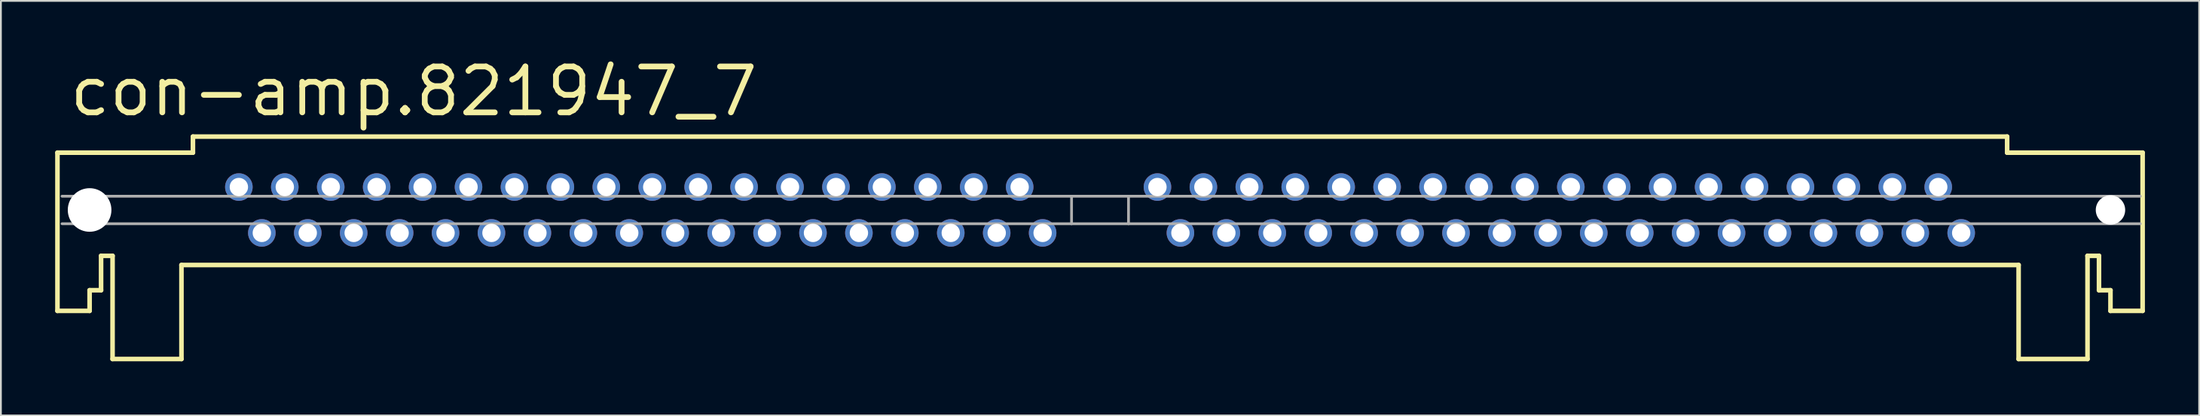
<source format=kicad_pcb>
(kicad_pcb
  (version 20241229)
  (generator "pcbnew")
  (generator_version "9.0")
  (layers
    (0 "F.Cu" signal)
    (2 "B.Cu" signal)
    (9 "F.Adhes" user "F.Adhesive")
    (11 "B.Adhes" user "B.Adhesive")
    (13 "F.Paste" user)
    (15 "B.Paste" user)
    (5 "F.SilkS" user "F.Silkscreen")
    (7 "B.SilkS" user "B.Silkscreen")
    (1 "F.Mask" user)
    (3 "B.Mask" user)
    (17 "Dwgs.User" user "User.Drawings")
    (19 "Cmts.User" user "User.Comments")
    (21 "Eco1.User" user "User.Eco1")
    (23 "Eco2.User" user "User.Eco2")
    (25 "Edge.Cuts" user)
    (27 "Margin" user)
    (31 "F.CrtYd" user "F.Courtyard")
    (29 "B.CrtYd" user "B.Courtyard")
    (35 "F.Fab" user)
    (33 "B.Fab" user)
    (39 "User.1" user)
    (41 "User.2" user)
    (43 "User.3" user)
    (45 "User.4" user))
  (footprint "con-amp.821947_7"
    (layer "F.Cu")
    (at 57.785 8.58)
    (property "Reference" "con-amp.821947_7" (at -57.15 -5.08 0) (layer "F.SilkS") (effects (font (size 2.54 2.54) (thickness 0.32)) (justify left bottom)))
    (attr through_hole)
    (fp_line (start -57.658 -3.175) (end -50.165 -3.175) (stroke (width 0.254) (type default)) (layer "F.SilkS"))
    (fp_line (start -57.658 5.588) (end -57.658 -3.175) (stroke (width 0.254) (type default)) (layer "F.SilkS"))
    (fp_line (start -55.88 4.445) (end -55.88 5.588) (stroke (width 0.254) (type default)) (layer "F.SilkS"))
    (fp_line (start -55.88 5.588) (end -57.658 5.588) (stroke (width 0.254) (type default)) (layer "F.SilkS"))
    (fp_line (start -55.245 2.54) (end -55.245 4.445) (stroke (width 0.254) (type default)) (layer "F.SilkS"))
    (fp_line (start -55.245 4.445) (end -55.88 4.445) (stroke (width 0.254) (type default)) (layer "F.SilkS"))
    (fp_line (start -54.61 2.54) (end -55.245 2.54) (stroke (width 0.254) (type default)) (layer "F.SilkS"))
    (fp_line (start -54.61 8.255) (end -54.61 2.54) (stroke (width 0.254) (type default)) (layer "F.SilkS"))
    (fp_line (start -50.8 3.048) (end -50.8 8.255) (stroke (width 0.254) (type default)) (layer "F.SilkS"))
    (fp_line (start -50.8 3.048) (end 50.8 3.048) (stroke (width 0.254) (type default)) (layer "F.SilkS"))
    (fp_line (start -50.8 8.255) (end -54.61 8.255) (stroke (width 0.254) (type default)) (layer "F.SilkS"))
    (fp_line (start -50.165 -3.175) (end -50.165 -4.064) (stroke (width 0.254) (type default)) (layer "F.SilkS"))
    (fp_line (start 50.165 -4.064) (end -50.165 -4.064) (stroke (width 0.254) (type default)) (layer "F.SilkS"))
    (fp_line (start 50.165 -3.175) (end 50.165 -4.064) (stroke (width 0.254) (type default)) (layer "F.SilkS"))
    (fp_line (start 50.8 3.048) (end 50.8 8.255) (stroke (width 0.254) (type default)) (layer "F.SilkS"))
    (fp_line (start 50.8 8.255) (end 54.61 8.255) (stroke (width 0.254) (type default)) (layer "F.SilkS"))
    (fp_line (start 54.61 2.54) (end 55.245 2.54) (stroke (width 0.254) (type default)) (layer "F.SilkS"))
    (fp_line (start 54.61 8.255) (end 54.61 2.54) (stroke (width 0.254) (type default)) (layer "F.SilkS"))
    (fp_line (start 55.245 2.54) (end 55.245 4.445) (stroke (width 0.254) (type default)) (layer "F.SilkS"))
    (fp_line (start 55.245 4.445) (end 55.88 4.445) (stroke (width 0.254) (type default)) (layer "F.SilkS"))
    (fp_line (start 55.88 4.445) (end 55.88 5.588) (stroke (width 0.254) (type default)) (layer "F.SilkS"))
    (fp_line (start 55.88 5.588) (end 57.658 5.588) (stroke (width 0.254) (type default)) (layer "F.SilkS"))
    (fp_line (start 57.658 -3.175) (end 50.165 -3.175) (stroke (width 0.254) (type default)) (layer "F.SilkS"))
    (fp_line (start 57.658 5.588) (end 57.658 -3.175) (stroke (width 0.254) (type default)) (layer "F.SilkS"))
    (fp_line (start -57.404 -0.762) (end -1.575 -0.762) (stroke (width 0.152) (type default)) (layer "F.Fab"))
    (fp_line (start -57.404 0.762) (end -1.575 0.762) (stroke (width 0.152) (type default)) (layer "F.Fab"))
    (fp_line (start -1.575 -0.762) (end 1.575 -0.762) (stroke (width 0.152) (type default)) (layer "F.Fab"))
    (fp_line (start -1.575 0.762) (end -1.575 -0.762) (stroke (width 0.152) (type default)) (layer "F.Fab"))
    (fp_line (start -1.575 0.762) (end 1.575 0.762) (stroke (width 0.152) (type default)) (layer "F.Fab"))
    (fp_line (start 1.575 0.762) (end 1.575 -0.762) (stroke (width 0.152) (type default)) (layer "F.Fab"))
    (fp_line (start 57.531 -0.762) (end 1.575 -0.762) (stroke (width 0.152) (type default)) (layer "F.Fab"))
    (fp_line (start 57.531 0.762) (end 1.575 0.762) (stroke (width 0.152) (type default)) (layer "F.Fab"))
    (pad "" np_thru_hole circle (at -55.88 0) (size 2.413 2.413) (drill 2.413) (layers "*.Cu" "*.Mask"))
    (pad "" np_thru_hole circle (at 55.88 0) (size 1.626 1.626) (drill 1.626) (layers "*.Cu" "*.Mask"))
    (pad "1" thru_hole circle (at 47.625 1.27) (size 1.524 1.524) (drill 1.016) (layers "*.Cu" "*.Mask"))
    (pad "2" thru_hole circle (at 46.355 -1.27) (size 1.524 1.524) (drill 1.016) (layers "*.Cu" "*.Mask"))
    (pad "3" thru_hole circle (at 45.085 1.27) (size 1.524 1.524) (drill 1.016) (layers "*.Cu" "*.Mask"))
    (pad "4" thru_hole circle (at 43.815 -1.27) (size 1.524 1.524) (drill 1.016) (layers "*.Cu" "*.Mask"))
    (pad "5" thru_hole circle (at 42.545 1.27) (size 1.524 1.524) (drill 1.016) (layers "*.Cu" "*.Mask"))
    (pad "6" thru_hole circle (at 41.275 -1.27) (size 1.524 1.524) (drill 1.016) (layers "*.Cu" "*.Mask"))
    (pad "7" thru_hole circle (at 40.005 1.27) (size 1.524 1.524) (drill 1.016) (layers "*.Cu" "*.Mask"))
    (pad "8" thru_hole circle (at 38.735 -1.27) (size 1.524 1.524) (drill 1.016) (layers "*.Cu" "*.Mask"))
    (pad "9" thru_hole circle (at 37.465 1.27) (size 1.524 1.524) (drill 1.016) (layers "*.Cu" "*.Mask"))
    (pad "10" thru_hole circle (at 36.195 -1.27) (size 1.524 1.524) (drill 1.016) (layers "*.Cu" "*.Mask"))
    (pad "11" thru_hole circle (at 34.925 1.27) (size 1.524 1.524) (drill 1.016) (layers "*.Cu" "*.Mask"))
    (pad "12" thru_hole circle (at 33.655 -1.27) (size 1.524 1.524) (drill 1.016) (layers "*.Cu" "*.Mask"))
    (pad "13" thru_hole circle (at 32.385 1.27) (size 1.524 1.524) (drill 1.016) (layers "*.Cu" "*.Mask"))
    (pad "14" thru_hole circle (at 31.115 -1.27) (size 1.524 1.524) (drill 1.016) (layers "*.Cu" "*.Mask"))
    (pad "15" thru_hole circle (at 29.845 1.27) (size 1.524 1.524) (drill 1.016) (layers "*.Cu" "*.Mask"))
    (pad "16" thru_hole circle (at 28.575 -1.27) (size 1.524 1.524) (drill 1.016) (layers "*.Cu" "*.Mask"))
    (pad "17" thru_hole circle (at 27.305 1.27) (size 1.524 1.524) (drill 1.016) (layers "*.Cu" "*.Mask"))
    (pad "18" thru_hole circle (at 26.035 -1.27) (size 1.524 1.524) (drill 1.016) (layers "*.Cu" "*.Mask"))
    (pad "19" thru_hole circle (at 24.765 1.27) (size 1.524 1.524) (drill 1.016) (layers "*.Cu" "*.Mask"))
    (pad "20" thru_hole circle (at 23.495 -1.27) (size 1.524 1.524) (drill 1.016) (layers "*.Cu" "*.Mask"))
    (pad "21" thru_hole circle (at 22.225 1.27) (size 1.524 1.524) (drill 1.016) (layers "*.Cu" "*.Mask"))
    (pad "22" thru_hole circle (at 20.955 -1.27) (size 1.524 1.524) (drill 1.016) (layers "*.Cu" "*.Mask"))
    (pad "23" thru_hole circle (at 19.685 1.27) (size 1.524 1.524) (drill 1.016) (layers "*.Cu" "*.Mask"))
    (pad "24" thru_hole circle (at 18.415 -1.27) (size 1.524 1.524) (drill 1.016) (layers "*.Cu" "*.Mask"))
    (pad "25" thru_hole circle (at 17.145 1.27) (size 1.524 1.524) (drill 1.016) (layers "*.Cu" "*.Mask"))
    (pad "26" thru_hole circle (at 15.875 -1.27) (size 1.524 1.524) (drill 1.016) (layers "*.Cu" "*.Mask"))
    (pad "27" thru_hole circle (at 14.605 1.27) (size 1.524 1.524) (drill 1.016) (layers "*.Cu" "*.Mask"))
    (pad "28" thru_hole circle (at 13.335 -1.27) (size 1.524 1.524) (drill 1.016) (layers "*.Cu" "*.Mask"))
    (pad "29" thru_hole circle (at 12.065 1.27) (size 1.524 1.524) (drill 1.016) (layers "*.Cu" "*.Mask"))
    (pad "30" thru_hole circle (at 10.795 -1.27) (size 1.524 1.524) (drill 1.016) (layers "*.Cu" "*.Mask"))
    (pad "31" thru_hole circle (at 9.525 1.27) (size 1.524 1.524) (drill 1.016) (layers "*.Cu" "*.Mask"))
    (pad "32" thru_hole circle (at 8.255 -1.27) (size 1.524 1.524) (drill 1.016) (layers "*.Cu" "*.Mask"))
    (pad "33" thru_hole circle (at 6.985 1.27) (size 1.524 1.524) (drill 1.016) (layers "*.Cu" "*.Mask"))
    (pad "34" thru_hole circle (at 5.715 -1.27) (size 1.524 1.524) (drill 1.016) (layers "*.Cu" "*.Mask"))
    (pad "35" thru_hole circle (at 4.445 1.27) (size 1.524 1.524) (drill 1.016) (layers "*.Cu" "*.Mask"))
    (pad "36" thru_hole circle (at 3.175 -1.27) (size 1.524 1.524) (drill 1.016) (layers "*.Cu" "*.Mask"))
    (pad "37" thru_hole circle (at -3.175 1.27) (size 1.524 1.524) (drill 1.016) (layers "*.Cu" "*.Mask"))
    (pad "38" thru_hole circle (at -4.445 -1.27) (size 1.524 1.524) (drill 1.016) (layers "*.Cu" "*.Mask"))
    (pad "39" thru_hole circle (at -5.715 1.27) (size 1.524 1.524) (drill 1.016) (layers "*.Cu" "*.Mask"))
    (pad "40" thru_hole circle (at -6.985 -1.27) (size 1.524 1.524) (drill 1.016) (layers "*.Cu" "*.Mask"))
    (pad "41" thru_hole circle (at -8.255 1.27) (size 1.524 1.524) (drill 1.016) (layers "*.Cu" "*.Mask"))
    (pad "42" thru_hole circle (at -9.525 -1.27) (size 1.524 1.524) (drill 1.016) (layers "*.Cu" "*.Mask"))
    (pad "43" thru_hole circle (at -10.795 1.27) (size 1.524 1.524) (drill 1.016) (layers "*.Cu" "*.Mask"))
    (pad "44" thru_hole circle (at -12.065 -1.27) (size 1.524 1.524) (drill 1.016) (layers "*.Cu" "*.Mask"))
    (pad "45" thru_hole circle (at -13.335 1.27) (size 1.524 1.524) (drill 1.016) (layers "*.Cu" "*.Mask"))
    (pad "46" thru_hole circle (at -14.605 -1.27) (size 1.524 1.524) (drill 1.016) (layers "*.Cu" "*.Mask"))
    (pad "47" thru_hole circle (at -15.875 1.27) (size 1.524 1.524) (drill 1.016) (layers "*.Cu" "*.Mask"))
    (pad "48" thru_hole circle (at -17.145 -1.27) (size 1.524 1.524) (drill 1.016) (layers "*.Cu" "*.Mask"))
    (pad "49" thru_hole circle (at -18.415 1.27) (size 1.524 1.524) (drill 1.016) (layers "*.Cu" "*.Mask"))
    (pad "50" thru_hole circle (at -19.685 -1.27) (size 1.524 1.524) (drill 1.016) (layers "*.Cu" "*.Mask"))
    (pad "51" thru_hole circle (at -20.955 1.27) (size 1.524 1.524) (drill 1.016) (layers "*.Cu" "*.Mask"))
    (pad "52" thru_hole circle (at -22.225 -1.27) (size 1.524 1.524) (drill 1.016) (layers "*.Cu" "*.Mask"))
    (pad "53" thru_hole circle (at -23.495 1.27) (size 1.524 1.524) (drill 1.016) (layers "*.Cu" "*.Mask"))
    (pad "54" thru_hole circle (at -24.765 -1.27) (size 1.524 1.524) (drill 1.016) (layers "*.Cu" "*.Mask"))
    (pad "55" thru_hole circle (at -26.035 1.27) (size 1.524 1.524) (drill 1.016) (layers "*.Cu" "*.Mask"))
    (pad "56" thru_hole circle (at -27.305 -1.27) (size 1.524 1.524) (drill 1.016) (layers "*.Cu" "*.Mask"))
    (pad "57" thru_hole circle (at -28.575 1.27) (size 1.524 1.524) (drill 1.016) (layers "*.Cu" "*.Mask"))
    (pad "58" thru_hole circle (at -29.845 -1.27) (size 1.524 1.524) (drill 1.016) (layers "*.Cu" "*.Mask"))
    (pad "59" thru_hole circle (at -31.115 1.27) (size 1.524 1.524) (drill 1.016) (layers "*.Cu" "*.Mask"))
    (pad "60" thru_hole circle (at -32.385 -1.27) (size 1.524 1.524) (drill 1.016) (layers "*.Cu" "*.Mask"))
    (pad "61" thru_hole circle (at -33.655 1.27) (size 1.524 1.524) (drill 1.016) (layers "*.Cu" "*.Mask"))
    (pad "62" thru_hole circle (at -34.925 -1.27) (size 1.524 1.524) (drill 1.016) (layers "*.Cu" "*.Mask"))
    (pad "63" thru_hole circle (at -36.195 1.27) (size 1.524 1.524) (drill 1.016) (layers "*.Cu" "*.Mask"))
    (pad "64" thru_hole circle (at -37.465 -1.27) (size 1.524 1.524) (drill 1.016) (layers "*.Cu" "*.Mask"))
    (pad "65" thru_hole circle (at -38.735 1.27) (size 1.524 1.524) (drill 1.016) (layers "*.Cu" "*.Mask"))
    (pad "66" thru_hole circle (at -40.005 -1.27) (size 1.524 1.524) (drill 1.016) (layers "*.Cu" "*.Mask"))
    (pad "67" thru_hole circle (at -41.275 1.27) (size 1.524 1.524) (drill 1.016) (layers "*.Cu" "*.Mask"))
    (pad "68" thru_hole circle (at -42.545 -1.27) (size 1.524 1.524) (drill 1.016) (layers "*.Cu" "*.Mask"))
    (pad "69" thru_hole circle (at -43.815 1.27) (size 1.524 1.524) (drill 1.016) (layers "*.Cu" "*.Mask"))
    (pad "70" thru_hole circle (at -45.085 -1.27) (size 1.524 1.524) (drill 1.016) (layers "*.Cu" "*.Mask"))
    (pad "71" thru_hole circle (at -46.355 1.27) (size 1.524 1.524) (drill 1.016) (layers "*.Cu" "*.Mask"))
    (pad "72" thru_hole circle (at -47.625 -1.27) (size 1.524 1.524) (drill 1.016) (layers "*.Cu" "*.Mask")))
  (gr_rect
    (start -3 -3)
    (end 118.57 19.962)
    (stroke (width 0.1) (type default))
    (fill no)
    (layer "Edge.Cuts")))
</source>
